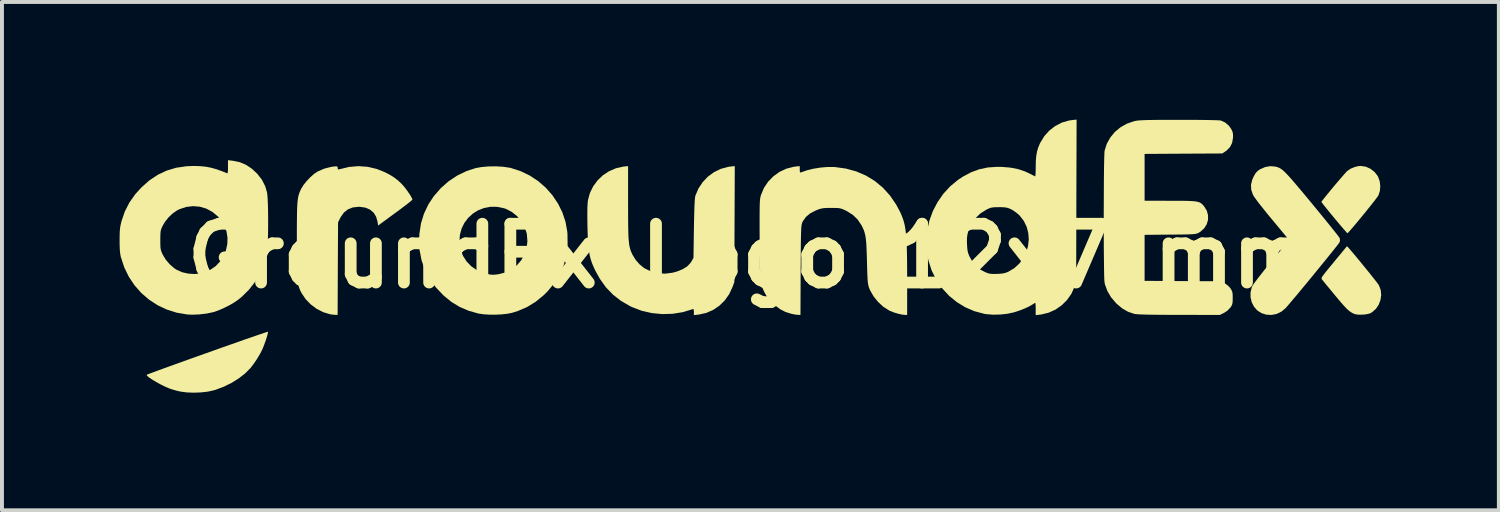
<source format=kicad_pcb>
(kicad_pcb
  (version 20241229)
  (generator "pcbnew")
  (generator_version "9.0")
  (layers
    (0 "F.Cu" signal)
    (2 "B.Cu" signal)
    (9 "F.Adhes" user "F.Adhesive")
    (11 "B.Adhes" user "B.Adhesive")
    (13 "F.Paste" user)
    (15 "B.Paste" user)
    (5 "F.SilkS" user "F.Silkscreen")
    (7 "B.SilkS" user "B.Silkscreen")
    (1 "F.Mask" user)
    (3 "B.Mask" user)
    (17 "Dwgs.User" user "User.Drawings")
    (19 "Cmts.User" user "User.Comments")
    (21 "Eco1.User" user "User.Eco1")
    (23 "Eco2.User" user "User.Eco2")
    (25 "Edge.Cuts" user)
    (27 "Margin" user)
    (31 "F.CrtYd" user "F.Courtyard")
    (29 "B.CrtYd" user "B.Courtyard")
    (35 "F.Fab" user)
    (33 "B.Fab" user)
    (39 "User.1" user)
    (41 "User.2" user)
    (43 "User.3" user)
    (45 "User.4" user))
  (footprint "GroundEx Logo 12x7 mm"
    (layer "F.Cu")
    (at 16.072 3.477)
    (property "Reference" "GroundEx Logo 12x7 mm" (at 0 0 0) (layer "F.SilkS") (effects (font (size 1.5 1.5) (thickness 0.3))))
    (attr board_only exclude_from_pos_files exclude_from_bom)
    (fp_poly (pts (xy 15.704 -2.277) (xy 15.825 -2.224) (xy 15.931 -2.142) (xy 16.013 -2.036) (xy 16.022 -2.018) (xy 16.062 -1.907) (xy 16.077 -1.784) (xy 16.068 -1.661) (xy 16.033 -1.552) (xy 16.029 -1.543) (xy 16.007 -1.51) (xy 15.966 -1.455) (xy 15.909 -1.381) (xy 15.84 -1.293) (xy 15.761 -1.195) (xy 15.678 -1.091) (xy 15.592 -0.987) (xy 15.508 -0.885) (xy 15.43 -0.792) (xy 15.36 -0.71) (xy 15.303 -0.644) (xy 15.262 -0.599) (xy 15.241 -0.58) (xy 15.239 -0.579) (xy 15.224 -0.593) (xy 15.188 -0.634) (xy 15.134 -0.696) (xy 15.065 -0.776) (xy 14.985 -0.871) (xy 14.901 -0.972) (xy 14.814 -1.077) (xy 14.736 -1.173) (xy 14.67 -1.255) (xy 14.619 -1.319) (xy 14.587 -1.362) (xy 14.576 -1.378) (xy 14.589 -1.398) (xy 14.622 -1.442) (xy 14.673 -1.506) (xy 14.737 -1.585) (xy 14.81 -1.674) (xy 14.888 -1.768) (xy 14.967 -1.862) (xy 15.044 -1.952) (xy 15.113 -2.032) (xy 15.172 -2.099) (xy 15.216 -2.147) (xy 15.237 -2.168) (xy 15.319 -2.224) (xy 15.423 -2.268) (xy 15.529 -2.292) (xy 15.574 -2.295)) (stroke (width 0) (type solid)) (fill yes) (layer "F.SilkS"))
    (fp_poly (pts (xy 15.241 -0.236) (xy 15.276 -0.198) (xy 15.327 -0.139) (xy 15.393 -0.062) (xy 15.468 0.028) (xy 15.551 0.128) (xy 15.636 0.233) (xy 15.722 0.338) (xy 15.805 0.44) (xy 15.88 0.535) (xy 15.946 0.617) (xy 15.997 0.684) (xy 16.031 0.731) (xy 16.043 0.749) (xy 16.088 0.867) (xy 16.101 0.994) (xy 16.083 1.122) (xy 16.037 1.243) (xy 15.965 1.35) (xy 15.87 1.434) (xy 15.828 1.459) (xy 15.767 1.479) (xy 15.683 1.493) (xy 15.589 1.498) (xy 15.501 1.496) (xy 15.432 1.484) (xy 15.419 1.48) (xy 15.368 1.457) (xy 15.321 1.429) (xy 15.272 1.392) (xy 15.218 1.342) (xy 15.155 1.276) (xy 15.078 1.189) (xy 14.984 1.077) (xy 14.931 1.014) (xy 14.845 0.91) (xy 14.766 0.814) (xy 14.697 0.731) (xy 14.643 0.664) (xy 14.607 0.62) (xy 14.594 0.604) (xy 14.584 0.591) (xy 14.58 0.577) (xy 14.583 0.558) (xy 14.595 0.532) (xy 14.621 0.494) (xy 14.661 0.441) (xy 14.718 0.37) (xy 14.796 0.275) (xy 14.891 0.16) (xy 14.978 0.054) (xy 15.058 -0.042) (xy 15.125 -0.124) (xy 15.179 -0.189) (xy 15.214 -0.231) (xy 15.227 -0.247) (xy 15.227 -0.248)) (stroke (width 0) (type solid)) (fill yes) (layer "F.SilkS"))
    (fp_poly (pts (xy -12.29 1.961) (xy -12.303 2.016) (xy -12.325 2.091) (xy -12.353 2.177) (xy -12.385 2.265) (xy -12.417 2.347) (xy -12.421 2.358) (xy -12.483 2.484) (xy -12.564 2.621) (xy -12.655 2.756) (xy -12.736 2.86) (xy -12.867 2.993) (xy -13.028 3.119) (xy -13.212 3.234) (xy -13.411 3.333) (xy -13.617 3.411) (xy -13.664 3.425) (xy -13.819 3.46) (xy -13.997 3.48) (xy -14.182 3.487) (xy -14.363 3.48) (xy -14.524 3.458) (xy -14.542 3.454) (xy -14.634 3.432) (xy -14.727 3.405) (xy -14.802 3.38) (xy -14.812 3.376) (xy -14.903 3.337) (xy -15 3.29) (xy -15.097 3.238) (xy -15.187 3.186) (xy -15.267 3.136) (xy -15.33 3.092) (xy -15.37 3.057) (xy -15.383 3.035) (xy -15.381 3.032) (xy -15.36 3.022) (xy -15.306 3.001) (xy -15.223 2.97) (xy -15.113 2.929) (xy -14.98 2.88) (xy -14.827 2.825) (xy -14.658 2.764) (xy -14.475 2.698) (xy -14.281 2.628) (xy -14.081 2.557) (xy -13.876 2.484) (xy -13.671 2.411) (xy -13.469 2.339) (xy -13.272 2.27) (xy -13.084 2.204) (xy -12.909 2.142) (xy -12.749 2.087) (xy -12.607 2.038) (xy -12.488 1.997) (xy -12.393 1.965) (xy -12.327 1.943) (xy -12.293 1.933) (xy -12.288 1.932)) (stroke (width 0) (type solid)) (fill yes) (layer "F.SilkS"))
    (fp_poly (pts (xy 13.399 -2.279) (xy 13.439 -2.269) (xy 13.476 -2.257) (xy 13.513 -2.24) (xy 13.551 -2.217) (xy 13.594 -2.184) (xy 13.643 -2.139) (xy 13.7 -2.081) (xy 13.768 -2.007) (xy 13.85 -1.914) (xy 13.947 -1.8) (xy 14.062 -1.664) (xy 14.197 -1.502) (xy 14.338 -1.332) (xy 14.466 -1.176) (xy 14.587 -1.029) (xy 14.699 -0.891) (xy 14.799 -0.768) (xy 14.885 -0.66) (xy 14.955 -0.572) (xy 15.006 -0.506) (xy 15.036 -0.465) (xy 15.043 -0.453) (xy 15.051 -0.39) (xy 15.038 -0.348) (xy 15.022 -0.325) (xy 14.985 -0.275) (xy 14.928 -0.203) (xy 14.855 -0.111) (xy 14.767 -0.002) (xy 14.669 0.119) (xy 14.563 0.249) (xy 14.451 0.386) (xy 14.337 0.526) (xy 14.223 0.665) (xy 14.111 0.8) (xy 14.005 0.928) (xy 13.907 1.045) (xy 13.82 1.148) (xy 13.747 1.234) (xy 13.69 1.3) (xy 13.665 1.329) (xy 13.558 1.419) (xy 13.435 1.479) (xy 13.302 1.505) (xy 13.167 1.497) (xy 13.046 1.458) (xy 12.94 1.389) (xy 12.857 1.294) (xy 12.799 1.181) (xy 12.769 1.056) (xy 12.769 0.927) (xy 12.8 0.802) (xy 12.821 0.757) (xy 12.846 0.718) (xy 12.892 0.655) (xy 12.956 0.57) (xy 13.036 0.468) (xy 13.127 0.353) (xy 13.227 0.23) (xy 13.313 0.125) (xy 13.753 -0.405) (xy 13.316 -0.931) (xy 13.189 -1.084) (xy 13.079 -1.222) (xy 12.985 -1.34) (xy 12.912 -1.438) (xy 12.859 -1.512) (xy 12.83 -1.56) (xy 12.83 -1.561) (xy 12.787 -1.686) (xy 12.78 -1.808) (xy 12.808 -1.933) (xy 12.846 -2.02) (xy 12.888 -2.096) (xy 12.929 -2.147) (xy 12.979 -2.189) (xy 13.016 -2.212) (xy 13.141 -2.267) (xy 13.274 -2.29)) (stroke (width 0) (type solid)) (fill yes) (layer "F.SilkS"))
    (fp_poly (pts (xy -9.746 -2.273) (xy -9.513 -2.218) (xy -9.329 -2.145) (xy -9.188 -2.074) (xy -9.073 -2.003) (xy -8.971 -1.924) (xy -8.888 -1.847) (xy -8.836 -1.79) (xy -8.779 -1.72) (xy -8.724 -1.644) (xy -8.673 -1.57) (xy -8.634 -1.505) (xy -8.61 -1.457) (xy -8.606 -1.435) (xy -8.622 -1.418) (xy -8.666 -1.381) (xy -8.733 -1.328) (xy -8.819 -1.262) (xy -8.92 -1.186) (xy -9.032 -1.103) (xy -9.045 -1.094) (xy -9.479 -0.776) (xy -9.494 -0.871) (xy -9.53 -1) (xy -9.594 -1.104) (xy -9.686 -1.182) (xy -9.804 -1.232) (xy -9.946 -1.253) (xy -9.981 -1.253) (xy -10.125 -1.237) (xy -10.248 -1.189) (xy -10.35 -1.108) (xy -10.432 -0.994) (xy -10.443 -0.973) (xy -10.501 -0.858) (xy -10.507 0.323) (xy -10.512 1.504) (xy -10.574 1.502) (xy -10.636 1.497) (xy -10.705 1.486) (xy -10.714 1.485) (xy -10.885 1.432) (xy -11.05 1.346) (xy -11.201 1.233) (xy -11.33 1.099) (xy -11.431 0.948) (xy -11.46 0.892) (xy -11.48 0.845) (xy -11.497 0.798) (xy -11.511 0.748) (xy -11.522 0.691) (xy -11.531 0.624) (xy -11.538 0.542) (xy -11.543 0.442) (xy -11.547 0.321) (xy -11.55 0.175) (xy -11.551 0.001) (xy -11.552 -0.206) (xy -11.552 -0.395) (xy -11.552 -0.63) (xy -11.551 -0.829) (xy -11.549 -0.998) (xy -11.547 -1.138) (xy -11.543 -1.254) (xy -11.537 -1.35) (xy -11.529 -1.429) (xy -11.519 -1.495) (xy -11.506 -1.552) (xy -11.49 -1.602) (xy -11.471 -1.65) (xy -11.448 -1.699) (xy -11.443 -1.71) (xy -11.385 -1.805) (xy -11.304 -1.907) (xy -11.21 -2.006) (xy -11.113 -2.092) (xy -11.021 -2.153) (xy -11.017 -2.156) (xy -10.851 -2.227) (xy -10.673 -2.272) (xy -10.603 -2.281) (xy -10.547 -2.285) (xy -10.521 -2.28) (xy -10.512 -2.262) (xy -10.511 -2.243) (xy -10.506 -2.21) (xy -10.482 -2.206) (xy -10.468 -2.21) (xy -10.224 -2.269) (xy -9.983 -2.29)) (stroke (width 0) (type solid)) (fill yes) (layer "F.SilkS"))
    (fp_poly (pts (xy -6.294 -2.275) (xy -6.132 -2.251) (xy -6.087 -2.241) (xy -5.84 -2.16) (xy -5.608 -2.048) (xy -5.395 -1.906) (xy -5.203 -1.739) (xy -5.035 -1.548) (xy -4.894 -1.338) (xy -4.781 -1.112) (xy -4.701 -0.873) (xy -4.656 -0.623) (xy -4.651 -0.566) (xy -4.647 -0.283) (xy -4.679 -0.016) (xy -4.746 0.237) (xy -4.849 0.475) (xy -4.988 0.698) (xy -5.162 0.907) (xy -5.257 1.001) (xy -5.461 1.168) (xy -5.678 1.301) (xy -5.915 1.404) (xy -6.066 1.451) (xy -6.183 1.474) (xy -6.327 1.49) (xy -6.484 1.498) (xy -6.642 1.497) (xy -6.789 1.488) (xy -6.914 1.47) (xy -6.924 1.468) (xy -7.174 1.397) (xy -7.4 1.3) (xy -7.608 1.174) (xy -7.804 1.014) (xy -7.813 1.006) (xy -8.007 0.802) (xy -8.165 0.586) (xy -8.286 0.356) (xy -8.371 0.112) (xy -8.421 -0.145) (xy -8.432 -0.367) (xy -7.406 -0.367) (xy -7.383 -0.19) (xy -7.376 -0.163) (xy -7.315 -0.003) (xy -7.223 0.141) (xy -7.104 0.264) (xy -6.962 0.362) (xy -6.803 0.434) (xy -6.631 0.473) (xy -6.557 0.48) (xy -6.512 0.478) (xy -6.446 0.471) (xy -6.396 0.463) (xy -6.223 0.417) (xy -6.07 0.339) (xy -5.937 0.234) (xy -5.828 0.107) (xy -5.746 -0.04) (xy -5.693 -0.202) (xy -5.672 -0.374) (xy -5.686 -0.553) (xy -5.692 -0.582) (xy -5.744 -0.741) (xy -5.828 -0.887) (xy -5.938 -1.017) (xy -6.069 -1.122) (xy -6.215 -1.198) (xy -6.262 -1.215) (xy -6.44 -1.252) (xy -6.613 -1.254) (xy -6.777 -1.223) (xy -6.929 -1.164) (xy -7.065 -1.079) (xy -7.183 -0.97) (xy -7.28 -0.842) (xy -7.351 -0.697) (xy -7.394 -0.537) (xy -7.406 -0.367) (xy -8.432 -0.367) (xy -8.434 -0.417) (xy -8.426 -0.569) (xy -8.386 -0.832) (xy -8.309 -1.08) (xy -8.197 -1.316) (xy -8.062 -1.52) (xy -7.883 -1.727) (xy -7.681 -1.905) (xy -7.459 -2.052) (xy -7.22 -2.167) (xy -6.989 -2.241) (xy -6.835 -2.268) (xy -6.659 -2.283) (xy -6.474 -2.285)) (stroke (width 0) (type solid)) (fill yes) (layer "F.SilkS"))
    (fp_poly (pts (xy -0.39 -0.813) (xy -0.395 0.665) (xy -0.44 0.789) (xy -0.525 0.972) (xy -0.639 1.134) (xy -0.777 1.269) (xy -0.936 1.377) (xy -1.112 1.453) (xy -1.303 1.495) (xy -1.312 1.496) (xy -1.427 1.509) (xy -1.427 1.428) (xy -1.43 1.375) (xy -1.442 1.355) (xy -1.454 1.356) (xy -1.706 1.433) (xy -1.968 1.475) (xy -2.235 1.483) (xy -2.5 1.457) (xy -2.758 1.398) (xy -3.003 1.305) (xy -3.053 1.281) (xy -3.287 1.145) (xy -3.491 0.986) (xy -3.669 0.801) (xy -3.823 0.586) (xy -3.93 0.395) (xy -3.982 0.286) (xy -4.025 0.184) (xy -4.059 0.083) (xy -4.085 -0.022) (xy -4.105 -0.138) (xy -4.119 -0.27) (xy -4.13 -0.424) (xy -4.137 -0.607) (xy -4.141 -0.763) (xy -4.144 -0.961) (xy -4.144 -1.123) (xy -4.142 -1.252) (xy -4.136 -1.35) (xy -4.128 -1.421) (xy -4.128 -1.423) (xy -4.078 -1.606) (xy -3.995 -1.775) (xy -3.883 -1.927) (xy -3.747 -2.057) (xy -3.589 -2.161) (xy -3.415 -2.236) (xy -3.229 -2.278) (xy -3.197 -2.282) (xy -3.105 -2.29) (xy -3.105 -1.352) (xy -3.104 -1.118) (xy -3.104 -0.918) (xy -3.102 -0.749) (xy -3.099 -0.608) (xy -3.095 -0.491) (xy -3.088 -0.395) (xy -3.08 -0.315) (xy -3.069 -0.248) (xy -3.055 -0.19) (xy -3.039 -0.138) (xy -3.019 -0.088) (xy -2.995 -0.037) (xy -2.989 -0.025) (xy -2.911 0.101) (xy -2.81 0.216) (xy -2.697 0.308) (xy -2.688 0.313) (xy -2.523 0.395) (xy -2.345 0.441) (xy -2.159 0.452) (xy -1.968 0.427) (xy -1.853 0.395) (xy -1.711 0.337) (xy -1.602 0.27) (xy -1.522 0.189) (xy -1.485 0.134) (xy -1.437 0.048) (xy -1.426 -0.704) (xy -1.422 -0.924) (xy -1.417 -1.108) (xy -1.413 -1.256) (xy -1.407 -1.372) (xy -1.401 -1.457) (xy -1.394 -1.512) (xy -1.39 -1.533) (xy -1.312 -1.717) (xy -1.204 -1.88) (xy -1.071 -2.021) (xy -0.916 -2.135) (xy -0.743 -2.22) (xy -0.556 -2.271) (xy -0.477 -2.282) (xy -0.384 -2.291)) (stroke (width 0) (type solid)) (fill yes) (layer "F.SilkS"))
    (fp_poly (pts (xy -13.186 -2.428) (xy -13.008 -2.391) (xy -12.846 -2.323) (xy -12.695 -2.221) (xy -12.562 -2.096) (xy -12.443 -1.944) (xy -12.359 -1.778) (xy -12.313 -1.623) (xy -12.304 -1.559) (xy -12.297 -1.462) (xy -12.291 -1.339) (xy -12.287 -1.196) (xy -12.285 -1.039) (xy -12.284 -0.875) (xy -12.285 -0.71) (xy -12.287 -0.549) (xy -12.291 -0.4) (xy -12.297 -0.268) (xy -12.304 -0.159) (xy -12.313 -0.08) (xy -12.314 -0.071) (xy -12.377 0.18) (xy -12.476 0.422) (xy -12.608 0.65) (xy -12.771 0.859) (xy -12.963 1.048) (xy -13.056 1.123) (xy -13.154 1.189) (xy -13.273 1.258) (xy -13.404 1.324) (xy -13.532 1.381) (xy -13.647 1.423) (xy -13.684 1.434) (xy -13.859 1.47) (xy -14.048 1.492) (xy -14.233 1.498) (xy -14.349 1.492) (xy -14.615 1.447) (xy -14.868 1.367) (xy -15.104 1.256) (xy -15.322 1.114) (xy -15.519 0.944) (xy -15.691 0.749) (xy -15.837 0.53) (xy -15.954 0.291) (xy -16.038 0.033) (xy -16.041 0.024) (xy -16.056 -0.054) (xy -16.066 -0.149) (xy -16.071 -0.269) (xy -16.072 -0.405) (xy -15.034 -0.405) (xy -15.033 -0.303) (xy -15.031 -0.229) (xy -15.024 -0.174) (xy -15.012 -0.128) (xy -14.993 -0.08) (xy -14.972 -0.033) (xy -14.896 0.093) (xy -14.794 0.213) (xy -14.677 0.314) (xy -14.619 0.352) (xy -14.478 0.415) (xy -14.32 0.451) (xy -14.155 0.461) (xy -13.994 0.444) (xy -13.926 0.426) (xy -13.764 0.357) (xy -13.625 0.262) (xy -13.511 0.143) (xy -13.422 0.008) (xy -13.36 -0.141) (xy -13.326 -0.299) (xy -13.32 -0.46) (xy -13.345 -0.621) (xy -13.402 -0.776) (xy -13.491 -0.921) (xy -13.564 -1.006) (xy -13.705 -1.123) (xy -13.861 -1.207) (xy -14.028 -1.256) (xy -14.201 -1.27) (xy -14.375 -1.249) (xy -14.546 -1.192) (xy -14.605 -1.162) (xy -14.718 -1.084) (xy -14.827 -0.981) (xy -14.919 -0.863) (xy -14.971 -0.774) (xy -14.997 -0.719) (xy -15.015 -0.673) (xy -15.026 -0.627) (xy -15.031 -0.57) (xy -15.033 -0.494) (xy -15.034 -0.405) (xy -16.072 -0.405) (xy -16.071 -0.529) (xy -16.068 -0.624) (xy -16.061 -0.702) (xy -16.05 -0.773) (xy -16.033 -0.846) (xy -16.023 -0.889) (xy -15.939 -1.134) (xy -15.822 -1.362) (xy -15.672 -1.575) (xy -15.517 -1.746) (xy -15.314 -1.926) (xy -15.1 -2.069) (xy -14.872 -2.176) (xy -14.63 -2.249) (xy -14.37 -2.287) (xy -14.185 -2.295) (xy -14.022 -2.29) (xy -13.876 -2.276) (xy -13.736 -2.249) (xy -13.591 -2.208) (xy -13.431 -2.149) (xy -13.332 -2.108) (xy -13.32 -2.113) (xy -13.312 -2.142) (xy -13.308 -2.202) (xy -13.308 -2.27) (xy -13.308 -2.442)) (stroke (width 0) (type solid)) (fill yes) (layer "F.SilkS"))
    (fp_poly (pts (xy 11.173 -3.471) (xy 11.373 -3.47) (xy 11.551 -3.468) (xy 11.705 -3.466) (xy 11.831 -3.463) (xy 11.927 -3.46) (xy 11.99 -3.456) (xy 12.014 -3.453) (xy 12.123 -3.402) (xy 12.217 -3.321) (xy 12.275 -3.238) (xy 12.305 -3.178) (xy 12.319 -3.125) (xy 12.323 -3.064) (xy 12.321 -3.01) (xy 12.299 -2.883) (xy 12.247 -2.779) (xy 12.163 -2.692) (xy 12.128 -2.666) (xy 12.047 -2.613) (xy 11.057 -2.608) (xy 10.067 -2.602) (xy 10.067 -2.005) (xy 10.067 -1.408) (xy 10.718 -1.407) (xy 10.908 -1.407) (xy 11.064 -1.406) (xy 11.189 -1.403) (xy 11.289 -1.398) (xy 11.366 -1.391) (xy 11.425 -1.379) (xy 11.471 -1.364) (xy 11.508 -1.343) (xy 11.539 -1.317) (xy 11.568 -1.284) (xy 11.585 -1.265) (xy 11.653 -1.155) (xy 11.685 -1.038) (xy 11.685 -0.92) (xy 11.651 -0.807) (xy 11.587 -0.705) (xy 11.492 -0.619) (xy 11.446 -0.591) (xy 11.424 -0.58) (xy 11.4 -0.571) (xy 11.371 -0.564) (xy 11.331 -0.558) (xy 11.277 -0.554) (xy 11.204 -0.551) (xy 11.108 -0.548) (xy 10.985 -0.546) (xy 10.831 -0.545) (xy 10.718 -0.544) (xy 10.067 -0.538) (xy 10.067 0.049) (xy 10.067 0.635) (xy 11.046 0.641) (xy 12.025 0.646) (xy 12.117 0.7) (xy 12.182 0.748) (xy 12.241 0.807) (xy 12.262 0.834) (xy 12.288 0.879) (xy 12.304 0.922) (xy 12.312 0.976) (xy 12.314 1.052) (xy 12.314 1.072) (xy 12.313 1.154) (xy 12.307 1.21) (xy 12.294 1.253) (xy 12.27 1.295) (xy 12.256 1.315) (xy 12.174 1.4) (xy 12.094 1.451) (xy 11.989 1.504) (xy 10.946 1.503) (xy 10.694 1.502) (xy 10.477 1.501) (xy 10.295 1.499) (xy 10.145 1.497) (xy 10.024 1.493) (xy 9.931 1.49) (xy 9.863 1.485) (xy 9.817 1.48) (xy 9.804 1.477) (xy 9.646 1.424) (xy 9.501 1.341) (xy 9.362 1.226) (xy 9.34 1.204) (xy 9.213 1.056) (xy 9.118 0.895) (xy 9.056 0.726) (xy 9.046 0.677) (xy 9.042 0.638) (xy 9.038 0.563) (xy 9.035 0.458) (xy 9.033 0.325) (xy 9.031 0.168) (xy 9.029 -0.01) (xy 9.027 -0.204) (xy 9.026 -0.411) (xy 9.026 -0.629) (xy 9.025 -0.852) (xy 9.025 -1.077) (xy 9.026 -1.302) (xy 9.027 -1.521) (xy 9.028 -1.732) (xy 9.029 -1.932) (xy 9.031 -2.115) (xy 9.033 -2.28) (xy 9.036 -2.422) (xy 9.039 -2.537) (xy 9.042 -2.622) (xy 9.046 -2.674) (xy 9.047 -2.685) (xy 9.103 -2.86) (xy 9.192 -3.02) (xy 9.309 -3.162) (xy 9.452 -3.281) (xy 9.615 -3.373) (xy 9.796 -3.435) (xy 9.826 -3.442) (xy 9.865 -3.449) (xy 9.914 -3.455) (xy 9.977 -3.459) (xy 10.057 -3.463) (xy 10.157 -3.466) (xy 10.281 -3.468) (xy 10.432 -3.47) (xy 10.614 -3.471) (xy 10.829 -3.471) (xy 10.955 -3.471)) (stroke (width 0) (type solid)) (fill yes) (layer "F.SilkS"))
    (fp_poly (pts (xy 8.327 -1.406) (xy 8.322 0.665) (xy 8.279 0.791) (xy 8.199 0.967) (xy 8.089 1.124) (xy 7.952 1.259) (xy 7.795 1.368) (xy 7.62 1.447) (xy 7.434 1.493) (xy 7.406 1.496) (xy 7.29 1.509) (xy 7.29 1.353) (xy 7.289 1.28) (xy 7.285 1.226) (xy 7.28 1.198) (xy 7.279 1.196) (xy 7.257 1.206) (xy 7.218 1.231) (xy 7.212 1.235) (xy 7.134 1.282) (xy 7.029 1.332) (xy 6.906 1.382) (xy 6.775 1.426) (xy 6.736 1.438) (xy 6.572 1.474) (xy 6.388 1.494) (xy 6.201 1.498) (xy 6.025 1.484) (xy 5.974 1.475) (xy 5.727 1.409) (xy 5.494 1.309) (xy 5.278 1.177) (xy 5.081 1.016) (xy 4.908 0.829) (xy 4.761 0.618) (xy 4.644 0.387) (xy 4.635 0.366) (xy 4.554 0.115) (xy 4.509 -0.141) (xy 4.499 -0.399) (xy 4.499 -0.399) (xy 5.536 -0.399) (xy 5.538 -0.303) (xy 5.544 -0.205) (xy 5.552 -0.133) (xy 5.567 -0.072) (xy 5.591 -0.011) (xy 5.605 0.02) (xy 5.683 0.16) (xy 5.776 0.269) (xy 5.889 0.355) (xy 6.015 0.419) (xy 6.074 0.441) (xy 6.128 0.454) (xy 6.19 0.459) (xy 6.274 0.459) (xy 6.307 0.458) (xy 6.404 0.452) (xy 6.477 0.442) (xy 6.538 0.425) (xy 6.602 0.397) (xy 6.751 0.306) (xy 6.876 0.19) (xy 6.975 0.055) (xy 7.049 -0.095) (xy 7.095 -0.254) (xy 7.113 -0.419) (xy 7.101 -0.583) (xy 7.06 -0.742) (xy 6.988 -0.891) (xy 6.884 -1.026) (xy 6.872 -1.038) (xy 6.802 -1.099) (xy 6.722 -1.156) (xy 6.659 -1.192) (xy 6.601 -1.217) (xy 6.549 -1.232) (xy 6.489 -1.24) (xy 6.41 -1.244) (xy 6.354 -1.244) (xy 6.262 -1.243) (xy 6.196 -1.238) (xy 6.143 -1.228) (xy 6.092 -1.209) (xy 6.036 -1.182) (xy 5.88 -1.084) (xy 5.748 -0.958) (xy 5.645 -0.808) (xy 5.572 -0.636) (xy 5.571 -0.631) (xy 5.551 -0.555) (xy 5.54 -0.483) (xy 5.536 -0.399) (xy 4.499 -0.399) (xy 4.523 -0.654) (xy 4.58 -0.904) (xy 4.668 -1.145) (xy 4.787 -1.372) (xy 4.934 -1.584) (xy 5.109 -1.775) (xy 5.311 -1.942) (xy 5.443 -2.028) (xy 5.648 -2.136) (xy 5.853 -2.211) (xy 6.067 -2.256) (xy 6.298 -2.272) (xy 6.422 -2.271) (xy 6.642 -2.253) (xy 6.836 -2.216) (xy 7.015 -2.156) (xy 7.142 -2.097) (xy 7.203 -2.065) (xy 7.251 -2.041) (xy 7.275 -2.029) (xy 7.276 -2.028) (xy 7.281 -2.044) (xy 7.286 -2.091) (xy 7.289 -2.161) (xy 7.29 -2.249) (xy 7.29 -2.25) (xy 7.293 -2.411) (xy 7.303 -2.543) (xy 7.322 -2.655) (xy 7.351 -2.756) (xy 7.392 -2.856) (xy 7.405 -2.884) (xy 7.507 -3.052) (xy 7.636 -3.196) (xy 7.787 -3.313) (xy 7.955 -3.4) (xy 8.137 -3.453) (xy 8.217 -3.465) (xy 8.333 -3.477)) (stroke (width 0) (type solid)) (fill yes) (layer "F.SilkS"))
    (fp_poly (pts (xy 1.273 -2.204) (xy 1.275 -2.151) (xy 1.283 -2.129) (xy 1.302 -2.13) (xy 1.307 -2.132) (xy 1.453 -2.183) (xy 1.624 -2.225) (xy 1.806 -2.254) (xy 1.988 -2.269) (xy 2.154 -2.268) (xy 2.168 -2.267) (xy 2.451 -2.228) (xy 2.716 -2.155) (xy 2.962 -2.049) (xy 3.188 -1.911) (xy 3.392 -1.741) (xy 3.574 -1.541) (xy 3.731 -1.311) (xy 3.827 -1.132) (xy 3.864 -1.051) (xy 3.896 -0.97) (xy 3.923 -0.888) (xy 3.946 -0.8) (xy 3.964 -0.702) (xy 3.979 -0.591) (xy 3.991 -0.464) (xy 3.999 -0.317) (xy 4.005 -0.146) (xy 4.009 0.053) (xy 4.011 0.283) (xy 4.012 0.547) (xy 4.012 0.573) (xy 4.012 1.504) (xy 3.959 1.504) (xy 3.877 1.495) (xy 3.776 1.472) (xy 3.67 1.439) (xy 3.573 1.4) (xy 3.551 1.39) (xy 3.405 1.297) (xy 3.271 1.174) (xy 3.155 1.03) (xy 3.066 0.874) (xy 3.041 0.813) (xy 3.029 0.778) (xy 3.02 0.74) (xy 3.012 0.694) (xy 3.006 0.636) (xy 3.001 0.56) (xy 2.996 0.461) (xy 2.992 0.335) (xy 2.988 0.176) (xy 2.987 0.145) (xy 2.982 -0.044) (xy 2.976 -0.199) (xy 2.969 -0.326) (xy 2.959 -0.429) (xy 2.946 -0.515) (xy 2.929 -0.588) (xy 2.908 -0.654) (xy 2.88 -0.717) (xy 2.849 -0.779) (xy 2.75 -0.928) (xy 2.624 -1.049) (xy 2.469 -1.146) (xy 2.454 -1.153) (xy 2.389 -1.184) (xy 2.338 -1.204) (xy 2.29 -1.216) (xy 2.234 -1.222) (xy 2.16 -1.224) (xy 2.073 -1.225) (xy 1.971 -1.224) (xy 1.897 -1.22) (xy 1.837 -1.212) (xy 1.782 -1.198) (xy 1.719 -1.175) (xy 1.687 -1.162) (xy 1.542 -1.088) (xy 1.431 -0.996) (xy 1.354 -0.887) (xy 1.336 -0.849) (xy 1.329 -0.828) (xy 1.323 -0.803) (xy 1.318 -0.77) (xy 1.313 -0.727) (xy 1.31 -0.671) (xy 1.307 -0.597) (xy 1.304 -0.504) (xy 1.302 -0.388) (xy 1.3 -0.246) (xy 1.299 -0.075) (xy 1.298 0.129) (xy 1.296 0.368) (xy 1.296 0.371) (xy 1.291 1.504) (xy 1.229 1.503) (xy 1.175 1.497) (xy 1.103 1.485) (xy 1.055 1.474) (xy 0.909 1.428) (xy 0.779 1.362) (xy 0.655 1.269) (xy 0.577 1.196) (xy 0.484 1.097) (xy 0.416 1.006) (xy 0.368 0.919) (xy 0.344 0.866) (xy 0.323 0.815) (xy 0.306 0.761) (xy 0.292 0.702) (xy 0.281 0.633) (xy 0.271 0.552) (xy 0.264 0.453) (xy 0.259 0.335) (xy 0.255 0.194) (xy 0.253 0.025) (xy 0.251 -0.174) (xy 0.25 -0.408) (xy 0.25 -0.473) (xy 0.249 -0.691) (xy 0.249 -0.875) (xy 0.249 -1.027) (xy 0.25 -1.151) (xy 0.251 -1.251) (xy 0.253 -1.33) (xy 0.256 -1.392) (xy 0.26 -1.44) (xy 0.266 -1.479) (xy 0.272 -1.511) (xy 0.28 -1.541) (xy 0.287 -1.562) (xy 0.362 -1.739) (xy 0.469 -1.897) (xy 0.603 -2.033) (xy 0.758 -2.144) (xy 0.931 -2.225) (xy 1.117 -2.273) (xy 1.181 -2.282) (xy 1.273 -2.29)) (stroke (width 0) (type solid)) (fill yes) (layer "F.SilkS")))
  (gr_rect
    (start -3 -3)
    (end 35.173 9.964)
    (stroke (width 0.1) (type default))
    (fill no)
    (layer "Edge.Cuts")))
</source>
